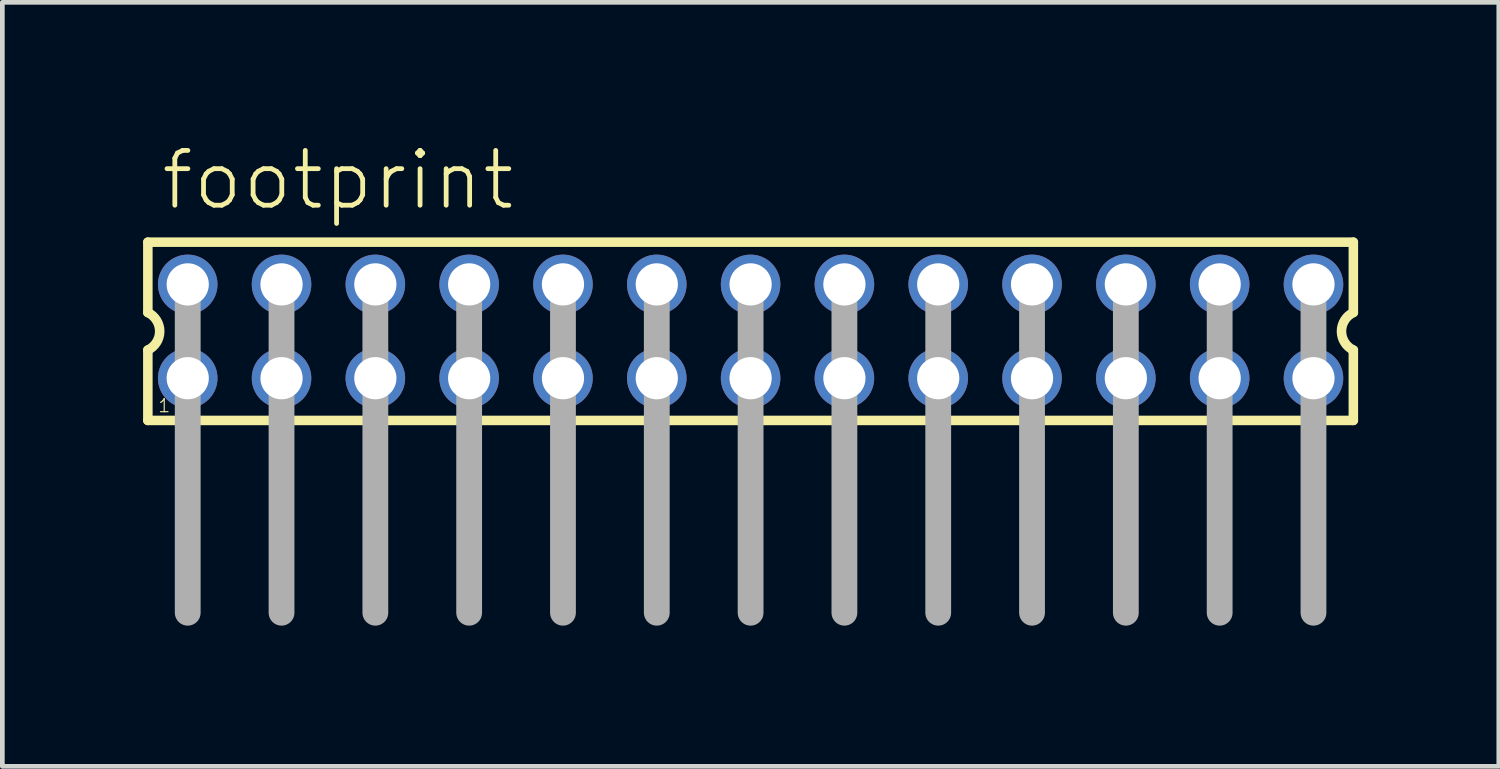
<source format=kicad_pcb>
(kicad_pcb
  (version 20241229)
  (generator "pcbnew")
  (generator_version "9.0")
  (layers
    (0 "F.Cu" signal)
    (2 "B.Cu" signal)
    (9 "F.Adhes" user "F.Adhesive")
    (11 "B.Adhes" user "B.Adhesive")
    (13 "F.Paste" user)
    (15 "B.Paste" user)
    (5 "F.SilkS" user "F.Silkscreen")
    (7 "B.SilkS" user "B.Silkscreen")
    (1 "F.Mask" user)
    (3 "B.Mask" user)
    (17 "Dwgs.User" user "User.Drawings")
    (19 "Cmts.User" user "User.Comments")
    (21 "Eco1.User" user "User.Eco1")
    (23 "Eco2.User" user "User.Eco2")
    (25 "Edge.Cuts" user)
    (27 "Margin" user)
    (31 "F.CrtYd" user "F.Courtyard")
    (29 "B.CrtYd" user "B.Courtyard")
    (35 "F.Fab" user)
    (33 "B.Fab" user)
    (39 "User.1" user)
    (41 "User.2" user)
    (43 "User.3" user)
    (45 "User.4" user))
  (footprint "footprint"
    (layer "F.Cu")
    (at 12.952 4.013)
    (property "Reference" "footprint" (at -12.62 -2.54 0) (layer "F.SilkS") (effects (font (size 1.168 1.168) (thickness 0.102)) (justify left bottom)))
    (fp_line (start -12.85 -1.9) (end -12.85 -0.4) (stroke (width 0.203) (type solid)) (layer "F.SilkS"))
    (fp_line (start -12.85 0.4) (end -12.85 1.9) (stroke (width 0.203) (type solid)) (layer "F.SilkS"))
    (fp_line (start -12.85 1.9) (end 12.85 1.9) (stroke (width 0.203) (type solid)) (layer "F.SilkS"))
    (fp_line (start 12.85 -1.9) (end -12.85 -1.9) (stroke (width 0.203) (type solid)) (layer "F.SilkS"))
    (fp_line (start 12.85 -0.4) (end 12.85 -1.9) (stroke (width 0.203) (type solid)) (layer "F.SilkS"))
    (fp_line (start 12.85 1.9) (end 12.85 0.4) (stroke (width 0.203) (type solid)) (layer "F.SilkS"))
    (fp_arc (start -12.85 -0.4) (mid -12.597167 0) (end -12.85 0.4) (stroke (width 0.2032) (type solid)) (layer "F.SilkS"))
    (fp_arc (start 12.85 0.4) (mid 12.597167 0) (end 12.85 -0.4) (stroke (width 0.2032) (type solid)) (layer "F.SilkS"))
    (fp_line (start -12 -1) (end -12 6) (stroke (width 0.55) (type solid)) (layer "F.Fab"))
    (fp_line (start -10 -1) (end -10 6) (stroke (width 0.55) (type solid)) (layer "F.Fab"))
    (fp_line (start -8 -1) (end -8 6) (stroke (width 0.55) (type solid)) (layer "F.Fab"))
    (fp_line (start -6 -1) (end -6 6) (stroke (width 0.55) (type solid)) (layer "F.Fab"))
    (fp_line (start -4 -1) (end -4 6) (stroke (width 0.55) (type solid)) (layer "F.Fab"))
    (fp_line (start -2 -1) (end -2 6) (stroke (width 0.55) (type solid)) (layer "F.Fab"))
    (fp_line (start 0 -1) (end 0 6) (stroke (width 0.55) (type solid)) (layer "F.Fab"))
    (fp_line (start 2 -1) (end 2 6) (stroke (width 0.55) (type solid)) (layer "F.Fab"))
    (fp_line (start 4 -1) (end 4 6) (stroke (width 0.55) (type solid)) (layer "F.Fab"))
    (fp_line (start 6 -1) (end 6 6) (stroke (width 0.55) (type solid)) (layer "F.Fab"))
    (fp_line (start 8 -1) (end 8 6) (stroke (width 0.55) (type solid)) (layer "F.Fab"))
    (fp_line (start 10 -1) (end 10 6) (stroke (width 0.55) (type solid)) (layer "F.Fab"))
    (fp_line (start 12 -1) (end 12 6) (stroke (width 0.55) (type solid)) (layer "F.Fab"))
    (fp_poly (pts (xy -12.25 -0.75) (xy -11.75 -0.75) (xy -11.75 -1.25) (xy -12.25 -1.25)) (stroke (width 0.1) (type solid)) (fill no) (layer "F.Fab"))
    (fp_poly (pts (xy -12.25 1.25) (xy -11.75 1.25) (xy -11.75 0.75) (xy -12.25 0.75)) (stroke (width 0.1) (type solid)) (fill no) (layer "F.Fab"))
    (fp_poly (pts (xy -10.25 -0.75) (xy -9.75 -0.75) (xy -9.75 -1.25) (xy -10.25 -1.25)) (stroke (width 0.1) (type solid)) (fill no) (layer "F.Fab"))
    (fp_poly (pts (xy -10.25 1.25) (xy -9.75 1.25) (xy -9.75 0.75) (xy -10.25 0.75)) (stroke (width 0.1) (type solid)) (fill no) (layer "F.Fab"))
    (fp_poly (pts (xy -8.25 -0.75) (xy -7.75 -0.75) (xy -7.75 -1.25) (xy -8.25 -1.25)) (stroke (width 0.1) (type solid)) (fill no) (layer "F.Fab"))
    (fp_poly (pts (xy -8.25 1.25) (xy -7.75 1.25) (xy -7.75 0.75) (xy -8.25 0.75)) (stroke (width 0.1) (type solid)) (fill no) (layer "F.Fab"))
    (fp_poly (pts (xy -6.25 -0.75) (xy -5.75 -0.75) (xy -5.75 -1.25) (xy -6.25 -1.25)) (stroke (width 0.1) (type solid)) (fill no) (layer "F.Fab"))
    (fp_poly (pts (xy -6.25 1.25) (xy -5.75 1.25) (xy -5.75 0.75) (xy -6.25 0.75)) (stroke (width 0.1) (type solid)) (fill no) (layer "F.Fab"))
    (fp_poly (pts (xy -4.25 -0.75) (xy -3.75 -0.75) (xy -3.75 -1.25) (xy -4.25 -1.25)) (stroke (width 0.1) (type solid)) (fill no) (layer "F.Fab"))
    (fp_poly (pts (xy -4.25 1.25) (xy -3.75 1.25) (xy -3.75 0.75) (xy -4.25 0.75)) (stroke (width 0.1) (type solid)) (fill no) (layer "F.Fab"))
    (fp_poly (pts (xy -2.25 -0.75) (xy -1.75 -0.75) (xy -1.75 -1.25) (xy -2.25 -1.25)) (stroke (width 0.1) (type solid)) (fill no) (layer "F.Fab"))
    (fp_poly (pts (xy -2.25 1.25) (xy -1.75 1.25) (xy -1.75 0.75) (xy -2.25 0.75)) (stroke (width 0.1) (type solid)) (fill no) (layer "F.Fab"))
    (fp_poly (pts (xy -0.25 -0.75) (xy 0.25 -0.75) (xy 0.25 -1.25) (xy -0.25 -1.25)) (stroke (width 0.1) (type solid)) (fill no) (layer "F.Fab"))
    (fp_poly (pts (xy -0.25 1.25) (xy 0.25 1.25) (xy 0.25 0.75) (xy -0.25 0.75)) (stroke (width 0.1) (type solid)) (fill no) (layer "F.Fab"))
    (fp_poly (pts (xy 1.75 -0.75) (xy 2.25 -0.75) (xy 2.25 -1.25) (xy 1.75 -1.25)) (stroke (width 0.1) (type solid)) (fill no) (layer "F.Fab"))
    (fp_poly (pts (xy 1.75 1.25) (xy 2.25 1.25) (xy 2.25 0.75) (xy 1.75 0.75)) (stroke (width 0.1) (type solid)) (fill no) (layer "F.Fab"))
    (fp_poly (pts (xy 3.75 -0.75) (xy 4.25 -0.75) (xy 4.25 -1.25) (xy 3.75 -1.25)) (stroke (width 0.1) (type solid)) (fill no) (layer "F.Fab"))
    (fp_poly (pts (xy 3.75 1.25) (xy 4.25 1.25) (xy 4.25 0.75) (xy 3.75 0.75)) (stroke (width 0.1) (type solid)) (fill no) (layer "F.Fab"))
    (fp_poly (pts (xy 5.75 -0.75) (xy 6.25 -0.75) (xy 6.25 -1.25) (xy 5.75 -1.25)) (stroke (width 0.1) (type solid)) (fill no) (layer "F.Fab"))
    (fp_poly (pts (xy 5.75 1.25) (xy 6.25 1.25) (xy 6.25 0.75) (xy 5.75 0.75)) (stroke (width 0.1) (type solid)) (fill no) (layer "F.Fab"))
    (fp_poly (pts (xy 7.75 -0.75) (xy 8.25 -0.75) (xy 8.25 -1.25) (xy 7.75 -1.25)) (stroke (width 0.1) (type solid)) (fill no) (layer "F.Fab"))
    (fp_poly (pts (xy 7.75 1.25) (xy 8.25 1.25) (xy 8.25 0.75) (xy 7.75 0.75)) (stroke (width 0.1) (type solid)) (fill no) (layer "F.Fab"))
    (fp_poly (pts (xy 9.75 -0.75) (xy 10.25 -0.75) (xy 10.25 -1.25) (xy 9.75 -1.25)) (stroke (width 0.1) (type solid)) (fill no) (layer "F.Fab"))
    (fp_poly (pts (xy 9.75 1.25) (xy 10.25 1.25) (xy 10.25 0.75) (xy 9.75 0.75)) (stroke (width 0.1) (type solid)) (fill no) (layer "F.Fab"))
    (fp_poly (pts (xy 11.75 -0.75) (xy 12.25 -0.75) (xy 12.25 -1.25) (xy 11.75 -1.25)) (stroke (width 0.1) (type solid)) (fill no) (layer "F.Fab"))
    (fp_poly (pts (xy 11.75 1.25) (xy 12.25 1.25) (xy 12.25 0.75) (xy 11.75 0.75)) (stroke (width 0.1) (type solid)) (fill no) (layer "F.Fab"))
    (fp_text user "1" (at -12.65 1.75 0) (layer "F.SilkS") (effects (font (size 0.28 0.28) (thickness 0.024)) (justify left bottom)))
    (pad "1" thru_hole circle (at -12 1) (size 1.27 1.27) (drill 0.9) (layers "*.Cu" "*.Mask"))
    (pad "2" thru_hole circle (at -12 -1) (size 1.27 1.27) (drill 0.9) (layers "*.Cu" "*.Mask"))
    (pad "3" thru_hole circle (at -10 1) (size 1.27 1.27) (drill 0.9) (layers "*.Cu" "*.Mask"))
    (pad "4" thru_hole circle (at -10 -1) (size 1.27 1.27) (drill 0.9) (layers "*.Cu" "*.Mask"))
    (pad "5" thru_hole circle (at -8 1) (size 1.27 1.27) (drill 0.9) (layers "*.Cu" "*.Mask"))
    (pad "6" thru_hole circle (at -8 -1) (size 1.27 1.27) (drill 0.9) (layers "*.Cu" "*.Mask"))
    (pad "7" thru_hole circle (at -6 1) (size 1.27 1.27) (drill 0.9) (layers "*.Cu" "*.Mask"))
    (pad "8" thru_hole circle (at -6 -1) (size 1.27 1.27) (drill 0.9) (layers "*.Cu" "*.Mask"))
    (pad "9" thru_hole circle (at -4 1) (size 1.27 1.27) (drill 0.9) (layers "*.Cu" "*.Mask"))
    (pad "10" thru_hole circle (at -4 -1) (size 1.27 1.27) (drill 0.9) (layers "*.Cu" "*.Mask"))
    (pad "11" thru_hole circle (at -2 1) (size 1.27 1.27) (drill 0.9) (layers "*.Cu" "*.Mask"))
    (pad "12" thru_hole circle (at -2 -1) (size 1.27 1.27) (drill 0.9) (layers "*.Cu" "*.Mask"))
    (pad "13" thru_hole circle (at 0 1) (size 1.27 1.27) (drill 0.9) (layers "*.Cu" "*.Mask"))
    (pad "14" thru_hole circle (at 0 -1) (size 1.27 1.27) (drill 0.9) (layers "*.Cu" "*.Mask"))
    (pad "15" thru_hole circle (at 2 1) (size 1.27 1.27) (drill 0.9) (layers "*.Cu" "*.Mask"))
    (pad "16" thru_hole circle (at 2 -1) (size 1.27 1.27) (drill 0.9) (layers "*.Cu" "*.Mask"))
    (pad "17" thru_hole circle (at 4 1) (size 1.27 1.27) (drill 0.9) (layers "*.Cu" "*.Mask"))
    (pad "18" thru_hole circle (at 4 -1) (size 1.27 1.27) (drill 0.9) (layers "*.Cu" "*.Mask"))
    (pad "19" thru_hole circle (at 6 1) (size 1.27 1.27) (drill 0.9) (layers "*.Cu" "*.Mask"))
    (pad "20" thru_hole circle (at 6 -1) (size 1.27 1.27) (drill 0.9) (layers "*.Cu" "*.Mask"))
    (pad "21" thru_hole circle (at 8 1) (size 1.27 1.27) (drill 0.9) (layers "*.Cu" "*.Mask"))
    (pad "22" thru_hole circle (at 8 -1) (size 1.27 1.27) (drill 0.9) (layers "*.Cu" "*.Mask"))
    (pad "23" thru_hole circle (at 10 1) (size 1.27 1.27) (drill 0.9) (layers "*.Cu" "*.Mask"))
    (pad "24" thru_hole circle (at 10 -1) (size 1.27 1.27) (drill 0.9) (layers "*.Cu" "*.Mask"))
    (pad "25" thru_hole circle (at 12 1) (size 1.27 1.27) (drill 0.9) (layers "*.Cu" "*.Mask"))
    (pad "26" thru_hole circle (at 12 -1) (size 1.27 1.27) (drill 0.9) (layers "*.Cu" "*.Mask")))
  (gr_rect
    (start -3 -3)
    (end 28.903 13.288)
    (stroke (width 0.1) (type default))
    (fill no)
    (layer "Edge.Cuts")))
</source>
